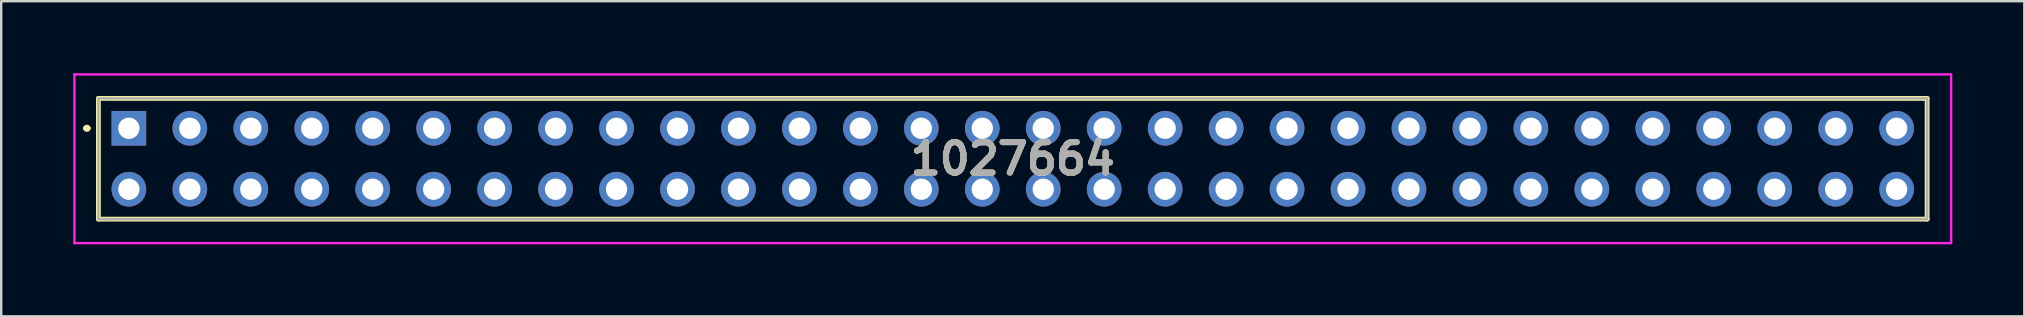
<source format=kicad_pcb>
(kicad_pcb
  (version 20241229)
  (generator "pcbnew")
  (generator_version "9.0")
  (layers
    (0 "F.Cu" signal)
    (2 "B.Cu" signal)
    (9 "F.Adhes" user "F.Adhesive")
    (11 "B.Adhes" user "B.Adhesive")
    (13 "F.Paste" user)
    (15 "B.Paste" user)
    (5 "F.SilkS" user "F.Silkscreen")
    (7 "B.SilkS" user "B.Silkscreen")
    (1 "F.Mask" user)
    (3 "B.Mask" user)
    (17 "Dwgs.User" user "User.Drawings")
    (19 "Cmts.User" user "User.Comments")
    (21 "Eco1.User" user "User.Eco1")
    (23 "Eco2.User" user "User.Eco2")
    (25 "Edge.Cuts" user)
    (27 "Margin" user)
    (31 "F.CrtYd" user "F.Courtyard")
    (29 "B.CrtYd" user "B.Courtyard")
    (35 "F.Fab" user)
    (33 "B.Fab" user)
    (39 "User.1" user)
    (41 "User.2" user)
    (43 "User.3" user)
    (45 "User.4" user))
  (footprint "1027664"
    (layer "F.Cu")
    (at 2.32 2.295)
    (property "Reference" "1027664" (at 36.83 1.27 0) (layer "F.SilkS") (effects (font (size 1.27 1.27) (thickness 0.254))))
    (attr through_hole)
    (fp_line (start -1.8 0) (end -1.8 0) (stroke (width 0.2) (type solid)) (layer "F.SilkS"))
    (fp_line (start -1.8 0) (end -1.7 0) (stroke (width 0.2) (type solid)) (layer "F.SilkS"))
    (fp_line (start -1.7 0) (end -1.7 0) (stroke (width 0.2) (type solid)) (layer "F.SilkS"))
    (fp_line (start -1.27 -1.245) (end 74.93 -1.245) (stroke (width 0.2) (type solid)) (layer "F.SilkS"))
    (fp_line (start -1.27 3.785) (end -1.27 -1.245) (stroke (width 0.2) (type solid)) (layer "F.SilkS"))
    (fp_line (start 74.93 -1.245) (end 74.93 3.785) (stroke (width 0.2) (type solid)) (layer "F.SilkS"))
    (fp_line (start 74.93 3.785) (end -1.27 3.785) (stroke (width 0.2) (type solid)) (layer "F.SilkS"))
    (fp_arc (start -1.8 0) (mid -1.75 -0.05) (end -1.7 0) (stroke (width 0.2) (type solid)) (layer "F.SilkS"))
    (fp_arc (start -1.7 0) (mid -1.75 0.05) (end -1.8 0) (stroke (width 0.2) (type solid)) (layer "F.SilkS"))
    (fp_line (start -2.27 -2.245) (end 75.93 -2.245) (stroke (width 0.1) (type solid)) (layer "F.CrtYd"))
    (fp_line (start -2.27 4.785) (end -2.27 -2.245) (stroke (width 0.1) (type solid)) (layer "F.CrtYd"))
    (fp_line (start 75.93 -2.245) (end 75.93 4.785) (stroke (width 0.1) (type solid)) (layer "F.CrtYd"))
    (fp_line (start 75.93 4.785) (end -2.27 4.785) (stroke (width 0.1) (type solid)) (layer "F.CrtYd"))
    (fp_line (start -1.27 -1.245) (end 74.93 -1.245) (stroke (width 0.1) (type solid)) (layer "F.Fab"))
    (fp_line (start -1.27 3.785) (end -1.27 -1.245) (stroke (width 0.1) (type solid)) (layer "F.Fab"))
    (fp_line (start 74.93 -1.245) (end 74.93 3.785) (stroke (width 0.1) (type solid)) (layer "F.Fab"))
    (fp_line (start 74.93 3.785) (end -1.27 3.785) (stroke (width 0.1) (type solid)) (layer "F.Fab"))
    (fp_text user "${REFERENCE}" (at 36.83 1.27 0) (layer "F.Fab") (effects (font (size 1.27 1.27) (thickness 0.254))))
    (pad "Y1" thru_hole rect (at 0 0) (size 1.445 1.445) (drill 0.889) (layers "*.Cu" "*.Mask"))
    (pad "Y2" thru_hole circle (at 2.54 0) (size 1.445 1.445) (drill 0.889) (layers "*.Cu" "*.Mask"))
    (pad "Y3" thru_hole circle (at 5.08 0) (size 1.445 1.445) (drill 0.889) (layers "*.Cu" "*.Mask"))
    (pad "Y4" thru_hole circle (at 7.62 0) (size 1.445 1.445) (drill 0.889) (layers "*.Cu" "*.Mask"))
    (pad "Y5" thru_hole circle (at 10.16 0) (size 1.445 1.445) (drill 0.889) (layers "*.Cu" "*.Mask"))
    (pad "Y6" thru_hole circle (at 12.7 0) (size 1.445 1.445) (drill 0.889) (layers "*.Cu" "*.Mask"))
    (pad "Y7" thru_hole circle (at 15.24 0) (size 1.445 1.445) (drill 0.889) (layers "*.Cu" "*.Mask"))
    (pad "Y8" thru_hole circle (at 17.78 0) (size 1.445 1.445) (drill 0.889) (layers "*.Cu" "*.Mask"))
    (pad "Y9" thru_hole circle (at 20.32 0) (size 1.445 1.445) (drill 0.889) (layers "*.Cu" "*.Mask"))
    (pad "Y10" thru_hole circle (at 22.86 0) (size 1.445 1.445) (drill 0.889) (layers "*.Cu" "*.Mask"))
    (pad "Y11" thru_hole circle (at 25.4 0) (size 1.445 1.445) (drill 0.889) (layers "*.Cu" "*.Mask"))
    (pad "Y12" thru_hole circle (at 27.94 0) (size 1.445 1.445) (drill 0.889) (layers "*.Cu" "*.Mask"))
    (pad "Y13" thru_hole circle (at 30.48 0) (size 1.445 1.445) (drill 0.889) (layers "*.Cu" "*.Mask"))
    (pad "Y14" thru_hole circle (at 33.02 0) (size 1.445 1.445) (drill 0.889) (layers "*.Cu" "*.Mask"))
    (pad "Y15" thru_hole circle (at 35.56 0) (size 1.445 1.445) (drill 0.889) (layers "*.Cu" "*.Mask"))
    (pad "Y16" thru_hole circle (at 38.1 0) (size 1.445 1.445) (drill 0.889) (layers "*.Cu" "*.Mask"))
    (pad "Y17" thru_hole circle (at 40.64 0) (size 1.445 1.445) (drill 0.889) (layers "*.Cu" "*.Mask"))
    (pad "Y18" thru_hole circle (at 43.18 0) (size 1.445 1.445) (drill 0.889) (layers "*.Cu" "*.Mask"))
    (pad "Y19" thru_hole circle (at 45.72 0) (size 1.445 1.445) (drill 0.889) (layers "*.Cu" "*.Mask"))
    (pad "Y20" thru_hole circle (at 48.26 0) (size 1.445 1.445) (drill 0.889) (layers "*.Cu" "*.Mask"))
    (pad "Y21" thru_hole circle (at 50.8 0) (size 1.445 1.445) (drill 0.889) (layers "*.Cu" "*.Mask"))
    (pad "Y22" thru_hole circle (at 53.34 0) (size 1.445 1.445) (drill 0.889) (layers "*.Cu" "*.Mask"))
    (pad "Y23" thru_hole circle (at 55.88 0) (size 1.445 1.445) (drill 0.889) (layers "*.Cu" "*.Mask"))
    (pad "Y24" thru_hole circle (at 58.42 0) (size 1.445 1.445) (drill 0.889) (layers "*.Cu" "*.Mask"))
    (pad "Y25" thru_hole circle (at 60.96 0) (size 1.445 1.445) (drill 0.889) (layers "*.Cu" "*.Mask"))
    (pad "Y26" thru_hole circle (at 63.5 0) (size 1.445 1.445) (drill 0.889) (layers "*.Cu" "*.Mask"))
    (pad "Y27" thru_hole circle (at 66.04 0) (size 1.445 1.445) (drill 0.889) (layers "*.Cu" "*.Mask"))
    (pad "Y28" thru_hole circle (at 68.58 0) (size 1.445 1.445) (drill 0.889) (layers "*.Cu" "*.Mask"))
    (pad "Y29" thru_hole circle (at 71.12 0) (size 1.445 1.445) (drill 0.889) (layers "*.Cu" "*.Mask"))
    (pad "Y30" thru_hole circle (at 73.66 0) (size 1.445 1.445) (drill 0.889) (layers "*.Cu" "*.Mask"))
    (pad "Z1" thru_hole circle (at 0 2.54) (size 1.445 1.445) (drill 0.889) (layers "*.Cu" "*.Mask"))
    (pad "Z2" thru_hole circle (at 2.54 2.54) (size 1.445 1.445) (drill 0.889) (layers "*.Cu" "*.Mask"))
    (pad "Z3" thru_hole circle (at 5.08 2.54) (size 1.445 1.445) (drill 0.889) (layers "*.Cu" "*.Mask"))
    (pad "Z4" thru_hole circle (at 7.62 2.54) (size 1.445 1.445) (drill 0.889) (layers "*.Cu" "*.Mask"))
    (pad "Z5" thru_hole circle (at 10.16 2.54) (size 1.445 1.445) (drill 0.889) (layers "*.Cu" "*.Mask"))
    (pad "Z6" thru_hole circle (at 12.7 2.54) (size 1.445 1.445) (drill 0.889) (layers "*.Cu" "*.Mask"))
    (pad "Z7" thru_hole circle (at 15.24 2.54) (size 1.445 1.445) (drill 0.889) (layers "*.Cu" "*.Mask"))
    (pad "Z8" thru_hole circle (at 17.78 2.54) (size 1.445 1.445) (drill 0.889) (layers "*.Cu" "*.Mask"))
    (pad "Z9" thru_hole circle (at 20.32 2.54) (size 1.445 1.445) (drill 0.889) (layers "*.Cu" "*.Mask"))
    (pad "Z10" thru_hole circle (at 22.86 2.54) (size 1.445 1.445) (drill 0.889) (layers "*.Cu" "*.Mask"))
    (pad "Z11" thru_hole circle (at 25.4 2.54) (size 1.445 1.445) (drill 0.889) (layers "*.Cu" "*.Mask"))
    (pad "Z12" thru_hole circle (at 27.94 2.54) (size 1.445 1.445) (drill 0.889) (layers "*.Cu" "*.Mask"))
    (pad "Z13" thru_hole circle (at 30.48 2.54) (size 1.445 1.445) (drill 0.889) (layers "*.Cu" "*.Mask"))
    (pad "Z14" thru_hole circle (at 33.02 2.54) (size 1.445 1.445) (drill 0.889) (layers "*.Cu" "*.Mask"))
    (pad "Z15" thru_hole circle (at 35.56 2.54) (size 1.445 1.445) (drill 0.889) (layers "*.Cu" "*.Mask"))
    (pad "Z16" thru_hole circle (at 38.1 2.54) (size 1.445 1.445) (drill 0.889) (layers "*.Cu" "*.Mask"))
    (pad "Z17" thru_hole circle (at 40.64 2.54) (size 1.445 1.445) (drill 0.889) (layers "*.Cu" "*.Mask"))
    (pad "Z18" thru_hole circle (at 43.18 2.54) (size 1.445 1.445) (drill 0.889) (layers "*.Cu" "*.Mask"))
    (pad "Z19" thru_hole circle (at 45.72 2.54) (size 1.445 1.445) (drill 0.889) (layers "*.Cu" "*.Mask"))
    (pad "Z20" thru_hole circle (at 48.26 2.54) (size 1.445 1.445) (drill 0.889) (layers "*.Cu" "*.Mask"))
    (pad "Z21" thru_hole circle (at 50.8 2.54) (size 1.445 1.445) (drill 0.889) (layers "*.Cu" "*.Mask"))
    (pad "Z22" thru_hole circle (at 53.34 2.54) (size 1.445 1.445) (drill 0.889) (layers "*.Cu" "*.Mask"))
    (pad "Z23" thru_hole circle (at 55.88 2.54) (size 1.445 1.445) (drill 0.889) (layers "*.Cu" "*.Mask"))
    (pad "Z24" thru_hole circle (at 58.42 2.54) (size 1.445 1.445) (drill 0.889) (layers "*.Cu" "*.Mask"))
    (pad "Z25" thru_hole circle (at 60.96 2.54) (size 1.445 1.445) (drill 0.889) (layers "*.Cu" "*.Mask"))
    (pad "Z26" thru_hole circle (at 63.5 2.54) (size 1.445 1.445) (drill 0.889) (layers "*.Cu" "*.Mask"))
    (pad "Z27" thru_hole circle (at 66.04 2.54) (size 1.445 1.445) (drill 0.889) (layers "*.Cu" "*.Mask"))
    (pad "Z28" thru_hole circle (at 68.58 2.54) (size 1.445 1.445) (drill 0.889) (layers "*.Cu" "*.Mask"))
    (pad "Z29" thru_hole circle (at 71.12 2.54) (size 1.445 1.445) (drill 0.889) (layers "*.Cu" "*.Mask"))
    (pad "Z30" thru_hole circle (at 73.66 2.54) (size 1.445 1.445) (drill 0.889) (layers "*.Cu" "*.Mask")))
  (gr_rect
    (start -3 -3)
    (end 81.3 10.13)
    (stroke (width 0.1) (type default))
    (fill no)
    (layer "Edge.Cuts")))
</source>
